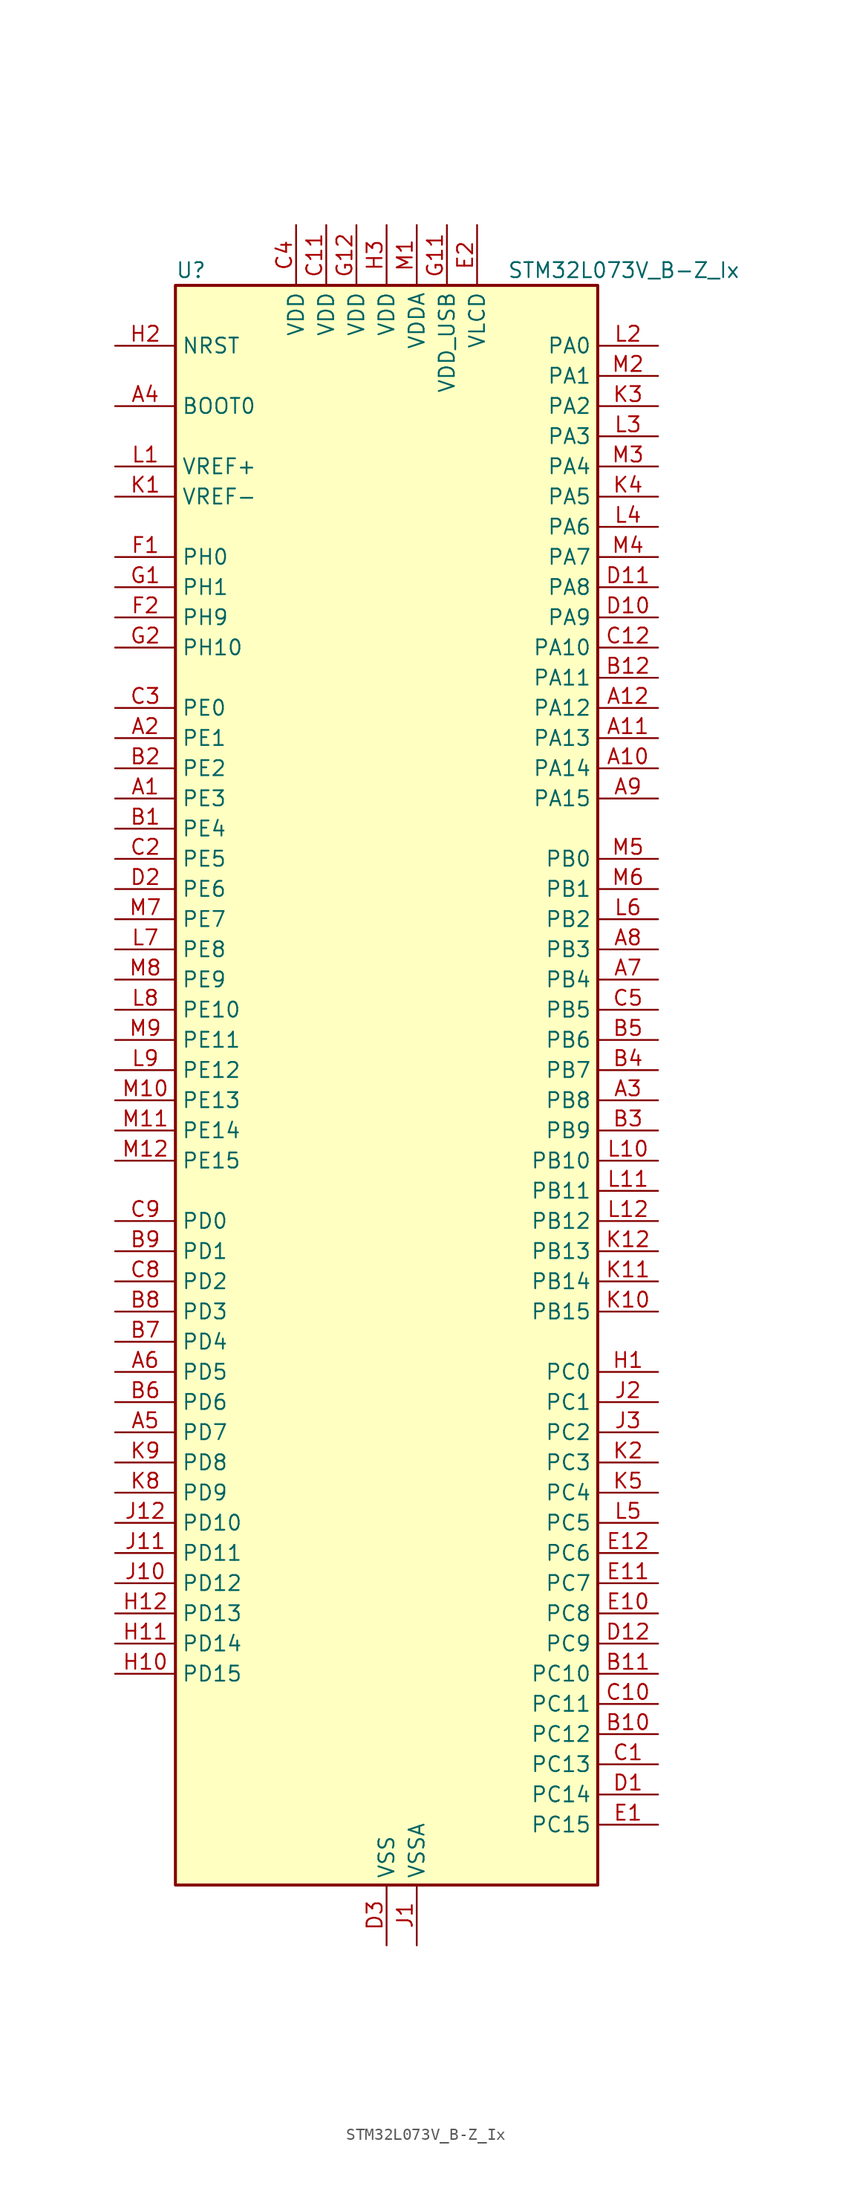
<source format=kicad_sym>
(kicad_symbol_lib
  (version 20241209)
  (generator "kicad_symbol_editor")
  (generator_version "9.0")
  (symbol "STM32L073V_B-Z_Ix"
    (property "Reference" "U"
      (at -17.78 69.85 0)
      (effects (font (size 1.27 1.27)) (justify left)))
    (property "Value" "STM32L073V_B-Z_Ix"
      (at 10.16 69.85 0)
      (effects (font (size 1.27 1.27)) (justify left)))
    (symbol "STM32L073V_B-Z_Ix_0_1"
      (rectangle (start -17.78 -66.04) (end 17.78 68.58) (stroke (width 0.254) (type default)) (fill (type background))))
    (symbol "STM32L073V_B-Z_Ix_1_1"
      (pin input line (at -22.86 63.5 0) (length 5.08) (name "NRST" (effects (font (size 1.27 1.27)))) (number "H2" (effects (font (size 1.27 1.27)))))
      (pin input line (at -22.86 58.42 0) (length 5.08) (name "BOOT0" (effects (font (size 1.27 1.27)))) (number "A4" (effects (font (size 1.27 1.27)))))
      (pin input line (at -22.86 53.34 0) (length 5.08) (name "VREF+" (effects (font (size 1.27 1.27)))) (number "L1" (effects (font (size 1.27 1.27)))))
      (pin input line (at -22.86 50.8 0) (length 5.08) (name "VREF-" (effects (font (size 1.27 1.27)))) (number "K1" (effects (font (size 1.27 1.27)))))
      (pin bidirectional line (at -22.86 45.72 0) (length 5.08) (name "PH0" (effects (font (size 1.27 1.27)))) (number "F1" (effects (font (size 1.27 1.27)))) (alternate "CRS_SYNC" bidirectional line) (alternate "RCC_OSC_IN" bidirectional line))
      (pin bidirectional line (at -22.86 43.18 0) (length 5.08) (name "PH1" (effects (font (size 1.27 1.27)))) (number "G1" (effects (font (size 1.27 1.27)))) (alternate "RCC_OSC_OUT" bidirectional line))
      (pin bidirectional line (at -22.86 40.64 0) (length 5.08) (name "PH9" (effects (font (size 1.27 1.27)))) (number "F2" (effects (font (size 1.27 1.27)))) (alternate "DAC_EXTI9" bidirectional line))
      (pin bidirectional line (at -22.86 38.1 0) (length 5.08) (name "PH10" (effects (font (size 1.27 1.27)))) (number "G2" (effects (font (size 1.27 1.27)))))
      (pin bidirectional line (at -22.86 33.02 0) (length 5.08) (name "PE0" (effects (font (size 1.27 1.27)))) (number "C3" (effects (font (size 1.27 1.27)))) (alternate "LCD_SEG36" bidirectional line))
      (pin bidirectional line (at -22.86 30.48 0) (length 5.08) (name "PE1" (effects (font (size 1.27 1.27)))) (number "A2" (effects (font (size 1.27 1.27)))) (alternate "LCD_SEG37" bidirectional line))
      (pin bidirectional line (at -22.86 27.94 0) (length 5.08) (name "PE2" (effects (font (size 1.27 1.27)))) (number "B2" (effects (font (size 1.27 1.27)))) (alternate "LCD_SEG38" bidirectional line) (alternate "TIM3_ETR" bidirectional line))
      (pin bidirectional line (at -22.86 25.4 0) (length 5.08) (name "PE3" (effects (font (size 1.27 1.27)))) (number "A1" (effects (font (size 1.27 1.27)))) (alternate "LCD_SEG39" bidirectional line) (alternate "TIM22_CH1" bidirectional line) (alternate "TIM3_CH1" bidirectional line))
      (pin bidirectional line (at -22.86 22.86 0) (length 5.08) (name "PE4" (effects (font (size 1.27 1.27)))) (number "B1" (effects (font (size 1.27 1.27)))) (alternate "TIM22_CH2" bidirectional line) (alternate "TIM3_CH2" bidirectional line))
      (pin bidirectional line (at -22.86 20.32 0) (length 5.08) (name "PE5" (effects (font (size 1.27 1.27)))) (number "C2" (effects (font (size 1.27 1.27)))) (alternate "TIM21_CH1" bidirectional line) (alternate "TIM3_CH3" bidirectional line))
      (pin bidirectional line (at -22.86 17.78 0) (length 5.08) (name "PE6" (effects (font (size 1.27 1.27)))) (number "D2" (effects (font (size 1.27 1.27)))) (alternate "RTC_TAMP3" bidirectional line) (alternate "SYS_WKUP3" bidirectional line) (alternate "TIM21_CH2" bidirectional line) (alternate "TIM3_CH4" bidirectional line))
      (pin bidirectional line (at -22.86 15.24 0) (length 5.08) (name "PE7" (effects (font (size 1.27 1.27)))) (number "M7" (effects (font (size 1.27 1.27)))) (alternate "LCD_SEG45" bidirectional line) (alternate "USART5_CK" bidirectional line) (alternate "USART5_DE" bidirectional line) (alternate "USART5_RTS" bidirectional line))
      (pin bidirectional line (at -22.86 12.7 0) (length 5.08) (name "PE8" (effects (font (size 1.27 1.27)))) (number "L7" (effects (font (size 1.27 1.27)))) (alternate "LCD_SEG46" bidirectional line) (alternate "USART4_TX" bidirectional line))
      (pin bidirectional line (at -22.86 10.16 0) (length 5.08) (name "PE9" (effects (font (size 1.27 1.27)))) (number "M8" (effects (font (size 1.27 1.27)))) (alternate "DAC_EXTI9" bidirectional line) (alternate "LCD_SEG47" bidirectional line) (alternate "TIM2_CH1" bidirectional line) (alternate "TIM2_ETR" bidirectional line) (alternate "USART4_RX" bidirectional line))
      (pin bidirectional line (at -22.86 7.62 0) (length 5.08) (name "PE10" (effects (font (size 1.27 1.27)))) (number "L8" (effects (font (size 1.27 1.27)))) (alternate "LCD_SEG40" bidirectional line) (alternate "TIM2_CH2" bidirectional line) (alternate "USART5_TX" bidirectional line))
      (pin bidirectional line (at -22.86 5.08 0) (length 5.08) (name "PE11" (effects (font (size 1.27 1.27)))) (number "M9" (effects (font (size 1.27 1.27)))) (alternate "ADC_EXTI11" bidirectional line) (alternate "LCD_VLCD1" bidirectional line) (alternate "TIM2_CH3" bidirectional line) (alternate "USART5_RX" bidirectional line))
      (pin bidirectional line (at -22.86 2.54 0) (length 5.08) (name "PE12" (effects (font (size 1.27 1.27)))) (number "L9" (effects (font (size 1.27 1.27)))) (alternate "LCD_VLCD3" bidirectional line) (alternate "SPI1_NSS" bidirectional line) (alternate "TIM2_CH4" bidirectional line))
      (pin bidirectional line (at -22.86 0 0) (length 5.08) (name "PE13" (effects (font (size 1.27 1.27)))) (number "M10" (effects (font (size 1.27 1.27)))) (alternate "LCD_SEG41" bidirectional line) (alternate "SPI1_SCK" bidirectional line))
      (pin bidirectional line (at -22.86 -2.54 0) (length 5.08) (name "PE14" (effects (font (size 1.27 1.27)))) (number "M11" (effects (font (size 1.27 1.27)))) (alternate "LCD_SEG42" bidirectional line) (alternate "SPI1_MISO" bidirectional line))
      (pin bidirectional line (at -22.86 -5.08 0) (length 5.08) (name "PE15" (effects (font (size 1.27 1.27)))) (number "M12" (effects (font (size 1.27 1.27)))) (alternate "LCD_SEG43" bidirectional line) (alternate "SPI1_MOSI" bidirectional line))
      (pin bidirectional line (at -22.86 -10.16 0) (length 5.08) (name "PD0" (effects (font (size 1.27 1.27)))) (number "C9" (effects (font (size 1.27 1.27)))) (alternate "I2S2_WS" bidirectional line) (alternate "SPI2_NSS" bidirectional line) (alternate "TIM21_CH1" bidirectional line))
      (pin bidirectional line (at -22.86 -12.7 0) (length 5.08) (name "PD1" (effects (font (size 1.27 1.27)))) (number "B9" (effects (font (size 1.27 1.27)))) (alternate "I2S2_CK" bidirectional line) (alternate "SPI2_SCK" bidirectional line))
      (pin bidirectional line (at -22.86 -15.24 0) (length 5.08) (name "PD2" (effects (font (size 1.27 1.27)))) (number "C8" (effects (font (size 1.27 1.27)))) (alternate "LCD_COM7" bidirectional line) (alternate "LCD_SEG31" bidirectional line) (alternate "LCD_SEG51" bidirectional line) (alternate "LPUART1_DE" bidirectional line) (alternate "LPUART1_RTS" bidirectional line) (alternate "TIM3_ETR" bidirectional line) (alternate "USART5_RX" bidirectional line))
      (pin bidirectional line (at -22.86 -17.78 0) (length 5.08) (name "PD3" (effects (font (size 1.27 1.27)))) (number "B8" (effects (font (size 1.27 1.27)))) (alternate "I2S2_MCK" bidirectional line) (alternate "LCD_SEG44" bidirectional line) (alternate "SPI2_MISO" bidirectional line) (alternate "USART2_CTS" bidirectional line))
      (pin bidirectional line (at -22.86 -20.32 0) (length 5.08) (name "PD4" (effects (font (size 1.27 1.27)))) (number "B7" (effects (font (size 1.27 1.27)))) (alternate "I2S2_SD" bidirectional line) (alternate "SPI2_MOSI" bidirectional line) (alternate "USART2_DE" bidirectional line) (alternate "USART2_RTS" bidirectional line))
      (pin bidirectional line (at -22.86 -22.86 0) (length 5.08) (name "PD5" (effects (font (size 1.27 1.27)))) (number "A6" (effects (font (size 1.27 1.27)))) (alternate "USART2_TX" bidirectional line))
      (pin bidirectional line (at -22.86 -25.4 0) (length 5.08) (name "PD6" (effects (font (size 1.27 1.27)))) (number "B6" (effects (font (size 1.27 1.27)))) (alternate "USART2_RX" bidirectional line))
      (pin bidirectional line (at -22.86 -27.94 0) (length 5.08) (name "PD7" (effects (font (size 1.27 1.27)))) (number "A5" (effects (font (size 1.27 1.27)))) (alternate "TIM21_CH2" bidirectional line) (alternate "USART2_CK" bidirectional line))
      (pin bidirectional line (at -22.86 -30.48 0) (length 5.08) (name "PD8" (effects (font (size 1.27 1.27)))) (number "K9" (effects (font (size 1.27 1.27)))) (alternate "LCD_SEG28" bidirectional line) (alternate "LPUART1_TX" bidirectional line))
      (pin bidirectional line (at -22.86 -33.02 0) (length 5.08) (name "PD9" (effects (font (size 1.27 1.27)))) (number "K8" (effects (font (size 1.27 1.27)))) (alternate "DAC_EXTI9" bidirectional line) (alternate "LCD_SEG29" bidirectional line) (alternate "LPUART1_RX" bidirectional line))
      (pin bidirectional line (at -22.86 -35.56 0) (length 5.08) (name "PD10" (effects (font (size 1.27 1.27)))) (number "J12" (effects (font (size 1.27 1.27)))) (alternate "LCD_SEG30" bidirectional line))
      (pin bidirectional line (at -22.86 -38.1 0) (length 5.08) (name "PD11" (effects (font (size 1.27 1.27)))) (number "J11" (effects (font (size 1.27 1.27)))) (alternate "ADC_EXTI11" bidirectional line) (alternate "LCD_SEG31" bidirectional line) (alternate "LPUART1_CTS" bidirectional line))
      (pin bidirectional line (at -22.86 -40.64 0) (length 5.08) (name "PD12" (effects (font (size 1.27 1.27)))) (number "J10" (effects (font (size 1.27 1.27)))) (alternate "LCD_SEG32" bidirectional line) (alternate "LPUART1_DE" bidirectional line) (alternate "LPUART1_RTS" bidirectional line))
      (pin bidirectional line (at -22.86 -43.18 0) (length 5.08) (name "PD13" (effects (font (size 1.27 1.27)))) (number "H12" (effects (font (size 1.27 1.27)))) (alternate "LCD_SEG33" bidirectional line))
      (pin bidirectional line (at -22.86 -45.72 0) (length 5.08) (name "PD14" (effects (font (size 1.27 1.27)))) (number "H11" (effects (font (size 1.27 1.27)))) (alternate "LCD_SEG34" bidirectional line))
      (pin bidirectional line (at -22.86 -48.26 0) (length 5.08) (name "PD15" (effects (font (size 1.27 1.27)))) (number "H10" (effects (font (size 1.27 1.27)))) (alternate "CRS_SYNC" bidirectional line) (alternate "LCD_SEG35" bidirectional line))
      (pin power_in line (at -7.62 73.66 270) (length 5.08) (name "VDD" (effects (font (size 1.27 1.27)))) (number "C4" (effects (font (size 1.27 1.27)))))
      (pin power_in line (at -5.08 73.66 270) (length 5.08) (name "VDD" (effects (font (size 1.27 1.27)))) (number "C11" (effects (font (size 1.27 1.27)))))
      (pin power_in line (at -2.54 73.66 270) (length 5.08) (name "VDD" (effects (font (size 1.27 1.27)))) (number "G12" (effects (font (size 1.27 1.27)))))
      (pin power_in line (at 0 73.66 270) (length 5.08) (name "VDD" (effects (font (size 1.27 1.27)))) (number "H3" (effects (font (size 1.27 1.27)))))
      (pin power_in line (at 0 -71.12 90) (length 5.08) (name "VSS" (effects (font (size 1.27 1.27)))) (number "D3" (effects (font (size 1.27 1.27)))))
      (pin passive line (at 0 -71.12 90) (length 5.08) (hide yes) (name "VSS" (effects (font (size 1.27 1.27)))) (number "E3" (effects (font (size 1.27 1.27)))))
      (pin passive line (at 0 -71.12 90) (length 5.08) (hide yes) (name "VSS" (effects (font (size 1.27 1.27)))) (number "F11" (effects (font (size 1.27 1.27)))))
      (pin passive line (at 0 -71.12 90) (length 5.08) (hide yes) (name "VSS" (effects (font (size 1.27 1.27)))) (number "F12" (effects (font (size 1.27 1.27)))))
      (pin power_in line (at 2.54 73.66 270) (length 5.08) (name "VDDA" (effects (font (size 1.27 1.27)))) (number "M1" (effects (font (size 1.27 1.27)))))
      (pin power_in line (at 2.54 -71.12 90) (length 5.08) (name "VSSA" (effects (font (size 1.27 1.27)))) (number "J1" (effects (font (size 1.27 1.27)))))
      (pin power_in line (at 5.08 73.66 270) (length 5.08) (name "VDD_USB" (effects (font (size 1.27 1.27)))) (number "G11" (effects (font (size 1.27 1.27)))))
      (pin power_in line (at 7.62 73.66 270) (length 5.08) (name "VLCD" (effects (font (size 1.27 1.27)))) (number "E2" (effects (font (size 1.27 1.27)))))
      (pin bidirectional line (at 22.86 63.5 180) (length 5.08) (name "PA0" (effects (font (size 1.27 1.27)))) (number "L2" (effects (font (size 1.27 1.27)))) (alternate "ADC_IN0" bidirectional line) (alternate "COMP1_INM" bidirectional line) (alternate "COMP1_OUT" bidirectional line) (alternate "RTC_TAMP2" bidirectional line) (alternate "SYS_WKUP1" bidirectional line) (alternate "TIM2_CH1" bidirectional line) (alternate "TIM2_ETR" bidirectional line) (alternate "TSC_G1_IO1" bidirectional line) (alternate "USART2_CTS" bidirectional line) (alternate "USART4_TX" bidirectional line))
      (pin bidirectional line (at 22.86 60.96 180) (length 5.08) (name "PA1" (effects (font (size 1.27 1.27)))) (number "M2" (effects (font (size 1.27 1.27)))) (alternate "ADC_IN1" bidirectional line) (alternate "COMP1_INP" bidirectional line) (alternate "LCD_SEG0" bidirectional line) (alternate "TIM21_ETR" bidirectional line) (alternate "TIM2_CH2" bidirectional line) (alternate "TSC_G1_IO2" bidirectional line) (alternate "USART2_DE" bidirectional line) (alternate "USART2_RTS" bidirectional line) (alternate "USART4_RX" bidirectional line))
      (pin bidirectional line (at 22.86 58.42 180) (length 5.08) (name "PA2" (effects (font (size 1.27 1.27)))) (number "K3" (effects (font (size 1.27 1.27)))) (alternate "ADC_IN2" bidirectional line) (alternate "COMP2_INM" bidirectional line) (alternate "COMP2_OUT" bidirectional line) (alternate "LCD_SEG1" bidirectional line) (alternate "LPUART1_TX" bidirectional line) (alternate "TIM21_CH1" bidirectional line) (alternate "TIM2_CH3" bidirectional line) (alternate "TSC_G1_IO3" bidirectional line) (alternate "USART2_TX" bidirectional line))
      (pin bidirectional line (at 22.86 55.88 180) (length 5.08) (name "PA3" (effects (font (size 1.27 1.27)))) (number "L3" (effects (font (size 1.27 1.27)))) (alternate "ADC_IN3" bidirectional line) (alternate "COMP2_INP" bidirectional line) (alternate "LCD_SEG2" bidirectional line) (alternate "LPUART1_RX" bidirectional line) (alternate "TIM21_CH2" bidirectional line) (alternate "TIM2_CH4" bidirectional line) (alternate "TSC_G1_IO4" bidirectional line) (alternate "USART2_RX" bidirectional line))
      (pin bidirectional line (at 22.86 53.34 180) (length 5.08) (name "PA4" (effects (font (size 1.27 1.27)))) (number "M3" (effects (font (size 1.27 1.27)))) (alternate "ADC_IN4" bidirectional line) (alternate "COMP1_INM" bidirectional line) (alternate "COMP2_INM" bidirectional line) (alternate "DAC_OUT1" bidirectional line) (alternate "SPI1_NSS" bidirectional line) (alternate "TIM22_ETR" bidirectional line) (alternate "TSC_G2_IO1" bidirectional line) (alternate "USART2_CK" bidirectional line))
      (pin bidirectional line (at 22.86 50.8 180) (length 5.08) (name "PA5" (effects (font (size 1.27 1.27)))) (number "K4" (effects (font (size 1.27 1.27)))) (alternate "ADC_IN5" bidirectional line) (alternate "COMP1_INM" bidirectional line) (alternate "COMP2_INM" bidirectional line) (alternate "DAC_OUT2" bidirectional line) (alternate "SPI1_SCK" bidirectional line) (alternate "TIM2_CH1" bidirectional line) (alternate "TIM2_ETR" bidirectional line) (alternate "TSC_G2_IO2" bidirectional line))
      (pin bidirectional line (at 22.86 48.26 180) (length 5.08) (name "PA6" (effects (font (size 1.27 1.27)))) (number "L4" (effects (font (size 1.27 1.27)))) (alternate "ADC_IN6" bidirectional line) (alternate "COMP1_OUT" bidirectional line) (alternate "LCD_SEG3" bidirectional line) (alternate "LPUART1_CTS" bidirectional line) (alternate "SPI1_MISO" bidirectional line) (alternate "TIM22_CH1" bidirectional line) (alternate "TIM3_CH1" bidirectional line) (alternate "TSC_G2_IO3" bidirectional line))
      (pin bidirectional line (at 22.86 45.72 180) (length 5.08) (name "PA7" (effects (font (size 1.27 1.27)))) (number "M4" (effects (font (size 1.27 1.27)))) (alternate "ADC_IN7" bidirectional line) (alternate "COMP2_OUT" bidirectional line) (alternate "LCD_SEG4" bidirectional line) (alternate "SPI1_MOSI" bidirectional line) (alternate "TIM22_CH2" bidirectional line) (alternate "TIM3_CH2" bidirectional line) (alternate "TSC_G2_IO4" bidirectional line))
      (pin bidirectional line (at 22.86 43.18 180) (length 5.08) (name "PA8" (effects (font (size 1.27 1.27)))) (number "D11" (effects (font (size 1.27 1.27)))) (alternate "CRS_SYNC" bidirectional line) (alternate "I2C3_SCL" bidirectional line) (alternate "LCD_COM0" bidirectional line) (alternate "RCC_MCO" bidirectional line) (alternate "USART1_CK" bidirectional line))
      (pin bidirectional line (at 22.86 40.64 180) (length 5.08) (name "PA9" (effects (font (size 1.27 1.27)))) (number "D10" (effects (font (size 1.27 1.27)))) (alternate "DAC_EXTI9" bidirectional line) (alternate "I2C1_SCL" bidirectional line) (alternate "I2C3_SMBA" bidirectional line) (alternate "LCD_COM1" bidirectional line) (alternate "RCC_MCO" bidirectional line) (alternate "TSC_G4_IO1" bidirectional line) (alternate "USART1_TX" bidirectional line))
      (pin bidirectional line (at 22.86 38.1 180) (length 5.08) (name "PA10" (effects (font (size 1.27 1.27)))) (number "C12" (effects (font (size 1.27 1.27)))) (alternate "I2C1_SDA" bidirectional line) (alternate "LCD_COM2" bidirectional line) (alternate "TSC_G4_IO2" bidirectional line) (alternate "USART1_RX" bidirectional line))
      (pin bidirectional line (at 22.86 35.56 180) (length 5.08) (name "PA11" (effects (font (size 1.27 1.27)))) (number "B12" (effects (font (size 1.27 1.27)))) (alternate "ADC_EXTI11" bidirectional line) (alternate "COMP1_OUT" bidirectional line) (alternate "SPI1_MISO" bidirectional line) (alternate "TSC_G4_IO3" bidirectional line) (alternate "USART1_CTS" bidirectional line) (alternate "USB_DM" bidirectional line))
      (pin bidirectional line (at 22.86 33.02 180) (length 5.08) (name "PA12" (effects (font (size 1.27 1.27)))) (number "A12" (effects (font (size 1.27 1.27)))) (alternate "COMP2_OUT" bidirectional line) (alternate "SPI1_MOSI" bidirectional line) (alternate "TSC_G4_IO4" bidirectional line) (alternate "USART1_DE" bidirectional line) (alternate "USART1_RTS" bidirectional line) (alternate "USB_DP" bidirectional line))
      (pin bidirectional line (at 22.86 30.48 180) (length 5.08) (name "PA13" (effects (font (size 1.27 1.27)))) (number "A11" (effects (font (size 1.27 1.27)))) (alternate "LPUART1_RX" bidirectional line) (alternate "SYS_SWDIO" bidirectional line) (alternate "USB_NOE" bidirectional line))
      (pin bidirectional line (at 22.86 27.94 180) (length 5.08) (name "PA14" (effects (font (size 1.27 1.27)))) (number "A10" (effects (font (size 1.27 1.27)))) (alternate "LPUART1_TX" bidirectional line) (alternate "SYS_SWCLK" bidirectional line) (alternate "USART2_TX" bidirectional line))
      (pin bidirectional line (at 22.86 25.4 180) (length 5.08) (name "PA15" (effects (font (size 1.27 1.27)))) (number "A9" (effects (font (size 1.27 1.27)))) (alternate "LCD_SEG17" bidirectional line) (alternate "SPI1_NSS" bidirectional line) (alternate "TIM2_CH1" bidirectional line) (alternate "TIM2_ETR" bidirectional line) (alternate "USART2_RX" bidirectional line) (alternate "USART4_DE" bidirectional line) (alternate "USART4_RTS" bidirectional line))
      (pin bidirectional line (at 22.86 20.32 180) (length 5.08) (name "PB0" (effects (font (size 1.27 1.27)))) (number "M5" (effects (font (size 1.27 1.27)))) (alternate "ADC_IN8" bidirectional line) (alternate "LCD_SEG5" bidirectional line) (alternate "LCD_VLCD3" bidirectional line) (alternate "SYS_VREF_OUT_PB0" bidirectional line) (alternate "TIM3_CH3" bidirectional line) (alternate "TSC_G3_IO2" bidirectional line))
      (pin bidirectional line (at 22.86 17.78 180) (length 5.08) (name "PB1" (effects (font (size 1.27 1.27)))) (number "M6" (effects (font (size 1.27 1.27)))) (alternate "ADC_IN9" bidirectional line) (alternate "LCD_SEG6" bidirectional line) (alternate "LPUART1_DE" bidirectional line) (alternate "LPUART1_RTS" bidirectional line) (alternate "SYS_VREF_OUT_PB1" bidirectional line) (alternate "TIM3_CH4" bidirectional line) (alternate "TSC_G3_IO3" bidirectional line))
      (pin bidirectional line (at 22.86 15.24 180) (length 5.08) (name "PB2" (effects (font (size 1.27 1.27)))) (number "L6" (effects (font (size 1.27 1.27)))) (alternate "I2C3_SMBA" bidirectional line) (alternate "LCD_VLCD2" bidirectional line) (alternate "LPTIM1_OUT" bidirectional line) (alternate "TSC_G3_IO4" bidirectional line))
      (pin bidirectional line (at 22.86 12.7 180) (length 5.08) (name "PB3" (effects (font (size 1.27 1.27)))) (number "A8" (effects (font (size 1.27 1.27)))) (alternate "COMP2_INM" bidirectional line) (alternate "LCD_SEG7" bidirectional line) (alternate "SPI1_SCK" bidirectional line) (alternate "TIM2_CH2" bidirectional line) (alternate "TSC_G5_IO1" bidirectional line) (alternate "USART1_DE" bidirectional line) (alternate "USART1_RTS" bidirectional line) (alternate "USART5_TX" bidirectional line))
      (pin bidirectional line (at 22.86 10.16 180) (length 5.08) (name "PB4" (effects (font (size 1.27 1.27)))) (number "A7" (effects (font (size 1.27 1.27)))) (alternate "COMP2_INP" bidirectional line) (alternate "I2C3_SDA" bidirectional line) (alternate "LCD_SEG8" bidirectional line) (alternate "SPI1_MISO" bidirectional line) (alternate "TIM22_CH1" bidirectional line) (alternate "TIM3_CH1" bidirectional line) (alternate "TSC_G5_IO2" bidirectional line) (alternate "USART1_CTS" bidirectional line) (alternate "USART5_RX" bidirectional line))
      (pin bidirectional line (at 22.86 7.62 180) (length 5.08) (name "PB5" (effects (font (size 1.27 1.27)))) (number "C5" (effects (font (size 1.27 1.27)))) (alternate "COMP2_INP" bidirectional line) (alternate "I2C1_SMBA" bidirectional line) (alternate "LCD_SEG9" bidirectional line) (alternate "LPTIM1_IN1" bidirectional line) (alternate "SPI1_MOSI" bidirectional line) (alternate "TIM22_CH2" bidirectional line) (alternate "TIM3_CH2" bidirectional line) (alternate "USART1_CK" bidirectional line) (alternate "USART5_CK" bidirectional line) (alternate "USART5_DE" bidirectional line) (alternate "USART5_RTS" bidirectional line))
      (pin bidirectional line (at 22.86 5.08 180) (length 5.08) (name "PB6" (effects (font (size 1.27 1.27)))) (number "B5" (effects (font (size 1.27 1.27)))) (alternate "COMP2_INP" bidirectional line) (alternate "I2C1_SCL" bidirectional line) (alternate "LPTIM1_ETR" bidirectional line) (alternate "TSC_G5_IO3" bidirectional line) (alternate "USART1_TX" bidirectional line))
      (pin bidirectional line (at 22.86 2.54 180) (length 5.08) (name "PB7" (effects (font (size 1.27 1.27)))) (number "B4" (effects (font (size 1.27 1.27)))) (alternate "COMP2_INP" bidirectional line) (alternate "I2C1_SDA" bidirectional line) (alternate "LPTIM1_IN2" bidirectional line) (alternate "SYS_PVD_IN" bidirectional line) (alternate "TSC_G5_IO4" bidirectional line) (alternate "USART1_RX" bidirectional line) (alternate "USART4_CTS" bidirectional line))
      (pin bidirectional line (at 22.86 0 180) (length 5.08) (name "PB8" (effects (font (size 1.27 1.27)))) (number "A3" (effects (font (size 1.27 1.27)))) (alternate "I2C1_SCL" bidirectional line) (alternate "LCD_SEG16" bidirectional line) (alternate "TSC_SYNC" bidirectional line))
      (pin bidirectional line (at 22.86 -2.54 180) (length 5.08) (name "PB9" (effects (font (size 1.27 1.27)))) (number "B3" (effects (font (size 1.27 1.27)))) (alternate "DAC_EXTI9" bidirectional line) (alternate "I2C1_SDA" bidirectional line) (alternate "I2S2_WS" bidirectional line) (alternate "LCD_COM3" bidirectional line) (alternate "SPI2_NSS" bidirectional line))
      (pin bidirectional line (at 22.86 -5.08 180) (length 5.08) (name "PB10" (effects (font (size 1.27 1.27)))) (number "L10" (effects (font (size 1.27 1.27)))) (alternate "I2C2_SCL" bidirectional line) (alternate "LCD_SEG10" bidirectional line) (alternate "LPUART1_RX" bidirectional line) (alternate "LPUART1_TX" bidirectional line) (alternate "SPI2_SCK" bidirectional line) (alternate "TIM2_CH3" bidirectional line) (alternate "TSC_SYNC" bidirectional line))
      (pin bidirectional line (at 22.86 -7.62 180) (length 5.08) (name "PB11" (effects (font (size 1.27 1.27)))) (number "L11" (effects (font (size 1.27 1.27)))) (alternate "ADC_EXTI11" bidirectional line) (alternate "I2C2_SDA" bidirectional line) (alternate "LCD_SEG11" bidirectional line) (alternate "LPUART1_RX" bidirectional line) (alternate "LPUART1_TX" bidirectional line) (alternate "TIM2_CH4" bidirectional line) (alternate "TSC_G6_IO1" bidirectional line))
      (pin bidirectional line (at 22.86 -10.16 180) (length 5.08) (name "PB12" (effects (font (size 1.27 1.27)))) (number "L12" (effects (font (size 1.27 1.27)))) (alternate "I2S2_WS" bidirectional line) (alternate "LCD_SEG12" bidirectional line) (alternate "LCD_VLCD2" bidirectional line) (alternate "LPUART1_DE" bidirectional line) (alternate "LPUART1_RTS" bidirectional line) (alternate "SPI2_NSS" bidirectional line) (alternate "TSC_G6_IO2" bidirectional line))
      (pin bidirectional line (at 22.86 -12.7 180) (length 5.08) (name "PB13" (effects (font (size 1.27 1.27)))) (number "K12" (effects (font (size 1.27 1.27)))) (alternate "I2C2_SCL" bidirectional line) (alternate "I2S2_CK" bidirectional line) (alternate "LCD_SEG13" bidirectional line) (alternate "LPUART1_CTS" bidirectional line) (alternate "RCC_MCO" bidirectional line) (alternate "SPI2_SCK" bidirectional line) (alternate "TIM21_CH1" bidirectional line) (alternate "TSC_G6_IO3" bidirectional line))
      (pin bidirectional line (at 22.86 -15.24 180) (length 5.08) (name "PB14" (effects (font (size 1.27 1.27)))) (number "K11" (effects (font (size 1.27 1.27)))) (alternate "I2C2_SDA" bidirectional line) (alternate "I2S2_MCK" bidirectional line) (alternate "LCD_SEG14" bidirectional line) (alternate "LPUART1_DE" bidirectional line) (alternate "LPUART1_RTS" bidirectional line) (alternate "RTC_OUT_ALARM" bidirectional line) (alternate "RTC_OUT_CALIB" bidirectional line) (alternate "SPI2_MISO" bidirectional line) (alternate "TIM21_CH2" bidirectional line) (alternate "TSC_G6_IO4" bidirectional line))
      (pin bidirectional line (at 22.86 -17.78 180) (length 5.08) (name "PB15" (effects (font (size 1.27 1.27)))) (number "K10" (effects (font (size 1.27 1.27)))) (alternate "I2S2_SD" bidirectional line) (alternate "LCD_SEG15" bidirectional line) (alternate "RTC_REFIN" bidirectional line) (alternate "SPI2_MOSI" bidirectional line))
      (pin bidirectional line (at 22.86 -22.86 180) (length 5.08) (name "PC0" (effects (font (size 1.27 1.27)))) (number "H1" (effects (font (size 1.27 1.27)))) (alternate "ADC_IN10" bidirectional line) (alternate "I2C3_SCL" bidirectional line) (alternate "LCD_SEG18" bidirectional line) (alternate "LPTIM1_IN1" bidirectional line) (alternate "LPUART1_RX" bidirectional line) (alternate "TSC_G7_IO1" bidirectional line))
      (pin bidirectional line (at 22.86 -25.4 180) (length 5.08) (name "PC1" (effects (font (size 1.27 1.27)))) (number "J2" (effects (font (size 1.27 1.27)))) (alternate "ADC_IN11" bidirectional line) (alternate "I2C3_SDA" bidirectional line) (alternate "LCD_SEG19" bidirectional line) (alternate "LPTIM1_OUT" bidirectional line) (alternate "LPUART1_TX" bidirectional line) (alternate "TSC_G7_IO2" bidirectional line))
      (pin bidirectional line (at 22.86 -27.94 180) (length 5.08) (name "PC2" (effects (font (size 1.27 1.27)))) (number "J3" (effects (font (size 1.27 1.27)))) (alternate "ADC_IN12" bidirectional line) (alternate "I2S2_MCK" bidirectional line) (alternate "LCD_SEG20" bidirectional line) (alternate "LPTIM1_IN2" bidirectional line) (alternate "SPI2_MISO" bidirectional line) (alternate "TSC_G7_IO3" bidirectional line))
      (pin bidirectional line (at 22.86 -30.48 180) (length 5.08) (name "PC3" (effects (font (size 1.27 1.27)))) (number "K2" (effects (font (size 1.27 1.27)))) (alternate "ADC_IN13" bidirectional line) (alternate "I2S2_SD" bidirectional line) (alternate "LCD_SEG21" bidirectional line) (alternate "LPTIM1_ETR" bidirectional line) (alternate "SPI2_MOSI" bidirectional line) (alternate "TSC_G7_IO4" bidirectional line))
      (pin bidirectional line (at 22.86 -33.02 180) (length 5.08) (name "PC4" (effects (font (size 1.27 1.27)))) (number "K5" (effects (font (size 1.27 1.27)))) (alternate "ADC_IN14" bidirectional line) (alternate "LCD_SEG22" bidirectional line) (alternate "LPUART1_TX" bidirectional line))
      (pin bidirectional line (at 22.86 -35.56 180) (length 5.08) (name "PC5" (effects (font (size 1.27 1.27)))) (number "L5" (effects (font (size 1.27 1.27)))) (alternate "ADC_IN15" bidirectional line) (alternate "LCD_SEG23" bidirectional line) (alternate "LPUART1_RX" bidirectional line) (alternate "TSC_G3_IO1" bidirectional line))
      (pin bidirectional line (at 22.86 -38.1 180) (length 5.08) (name "PC6" (effects (font (size 1.27 1.27)))) (number "E12" (effects (font (size 1.27 1.27)))) (alternate "LCD_SEG24" bidirectional line) (alternate "TIM22_CH1" bidirectional line) (alternate "TIM3_CH1" bidirectional line) (alternate "TSC_G8_IO1" bidirectional line))
      (pin bidirectional line (at 22.86 -40.64 180) (length 5.08) (name "PC7" (effects (font (size 1.27 1.27)))) (number "E11" (effects (font (size 1.27 1.27)))) (alternate "LCD_SEG25" bidirectional line) (alternate "TIM22_CH2" bidirectional line) (alternate "TIM3_CH2" bidirectional line) (alternate "TSC_G8_IO2" bidirectional line))
      (pin bidirectional line (at 22.86 -43.18 180) (length 5.08) (name "PC8" (effects (font (size 1.27 1.27)))) (number "E10" (effects (font (size 1.27 1.27)))) (alternate "LCD_SEG26" bidirectional line) (alternate "TIM22_ETR" bidirectional line) (alternate "TIM3_CH3" bidirectional line) (alternate "TSC_G8_IO3" bidirectional line))
      (pin bidirectional line (at 22.86 -45.72 180) (length 5.08) (name "PC9" (effects (font (size 1.27 1.27)))) (number "D12" (effects (font (size 1.27 1.27)))) (alternate "DAC_EXTI9" bidirectional line) (alternate "I2C3_SDA" bidirectional line) (alternate "LCD_SEG27" bidirectional line) (alternate "TIM21_ETR" bidirectional line) (alternate "TIM3_CH4" bidirectional line) (alternate "TSC_G8_IO4" bidirectional line) (alternate "USB_NOE" bidirectional line))
      (pin bidirectional line (at 22.86 -48.26 180) (length 5.08) (name "PC10" (effects (font (size 1.27 1.27)))) (number "B11" (effects (font (size 1.27 1.27)))) (alternate "LCD_COM4" bidirectional line) (alternate "LCD_SEG28" bidirectional line) (alternate "LCD_SEG48" bidirectional line) (alternate "LPUART1_TX" bidirectional line) (alternate "USART4_TX" bidirectional line))
      (pin bidirectional line (at 22.86 -50.8 180) (length 5.08) (name "PC11" (effects (font (size 1.27 1.27)))) (number "C10" (effects (font (size 1.27 1.27)))) (alternate "ADC_EXTI11" bidirectional line) (alternate "LCD_COM5" bidirectional line) (alternate "LCD_SEG29" bidirectional line) (alternate "LCD_SEG49" bidirectional line) (alternate "LPUART1_RX" bidirectional line) (alternate "USART4_RX" bidirectional line))
      (pin bidirectional line (at 22.86 -53.34 180) (length 5.08) (name "PC12" (effects (font (size 1.27 1.27)))) (number "B10" (effects (font (size 1.27 1.27)))) (alternate "LCD_COM6" bidirectional line) (alternate "LCD_SEG30" bidirectional line) (alternate "LCD_SEG50" bidirectional line) (alternate "USART4_CK" bidirectional line) (alternate "USART5_TX" bidirectional line))
      (pin bidirectional line (at 22.86 -55.88 180) (length 5.08) (name "PC13" (effects (font (size 1.27 1.27)))) (number "C1" (effects (font (size 1.27 1.27)))) (alternate "RTC_OUT_ALARM" bidirectional line) (alternate "RTC_OUT_CALIB" bidirectional line) (alternate "RTC_TAMP1" bidirectional line) (alternate "RTC_TS" bidirectional line) (alternate "SYS_WKUP2" bidirectional line))
      (pin bidirectional line (at 22.86 -58.42 180) (length 5.08) (name "PC14" (effects (font (size 1.27 1.27)))) (number "D1" (effects (font (size 1.27 1.27)))) (alternate "RCC_OSC32_IN" bidirectional line))
      (pin bidirectional line (at 22.86 -60.96 180) (length 5.08) (name "PC15" (effects (font (size 1.27 1.27)))) (number "E1" (effects (font (size 1.27 1.27)))) (alternate "RCC_OSC32_OUT" bidirectional line)))))
</source>
